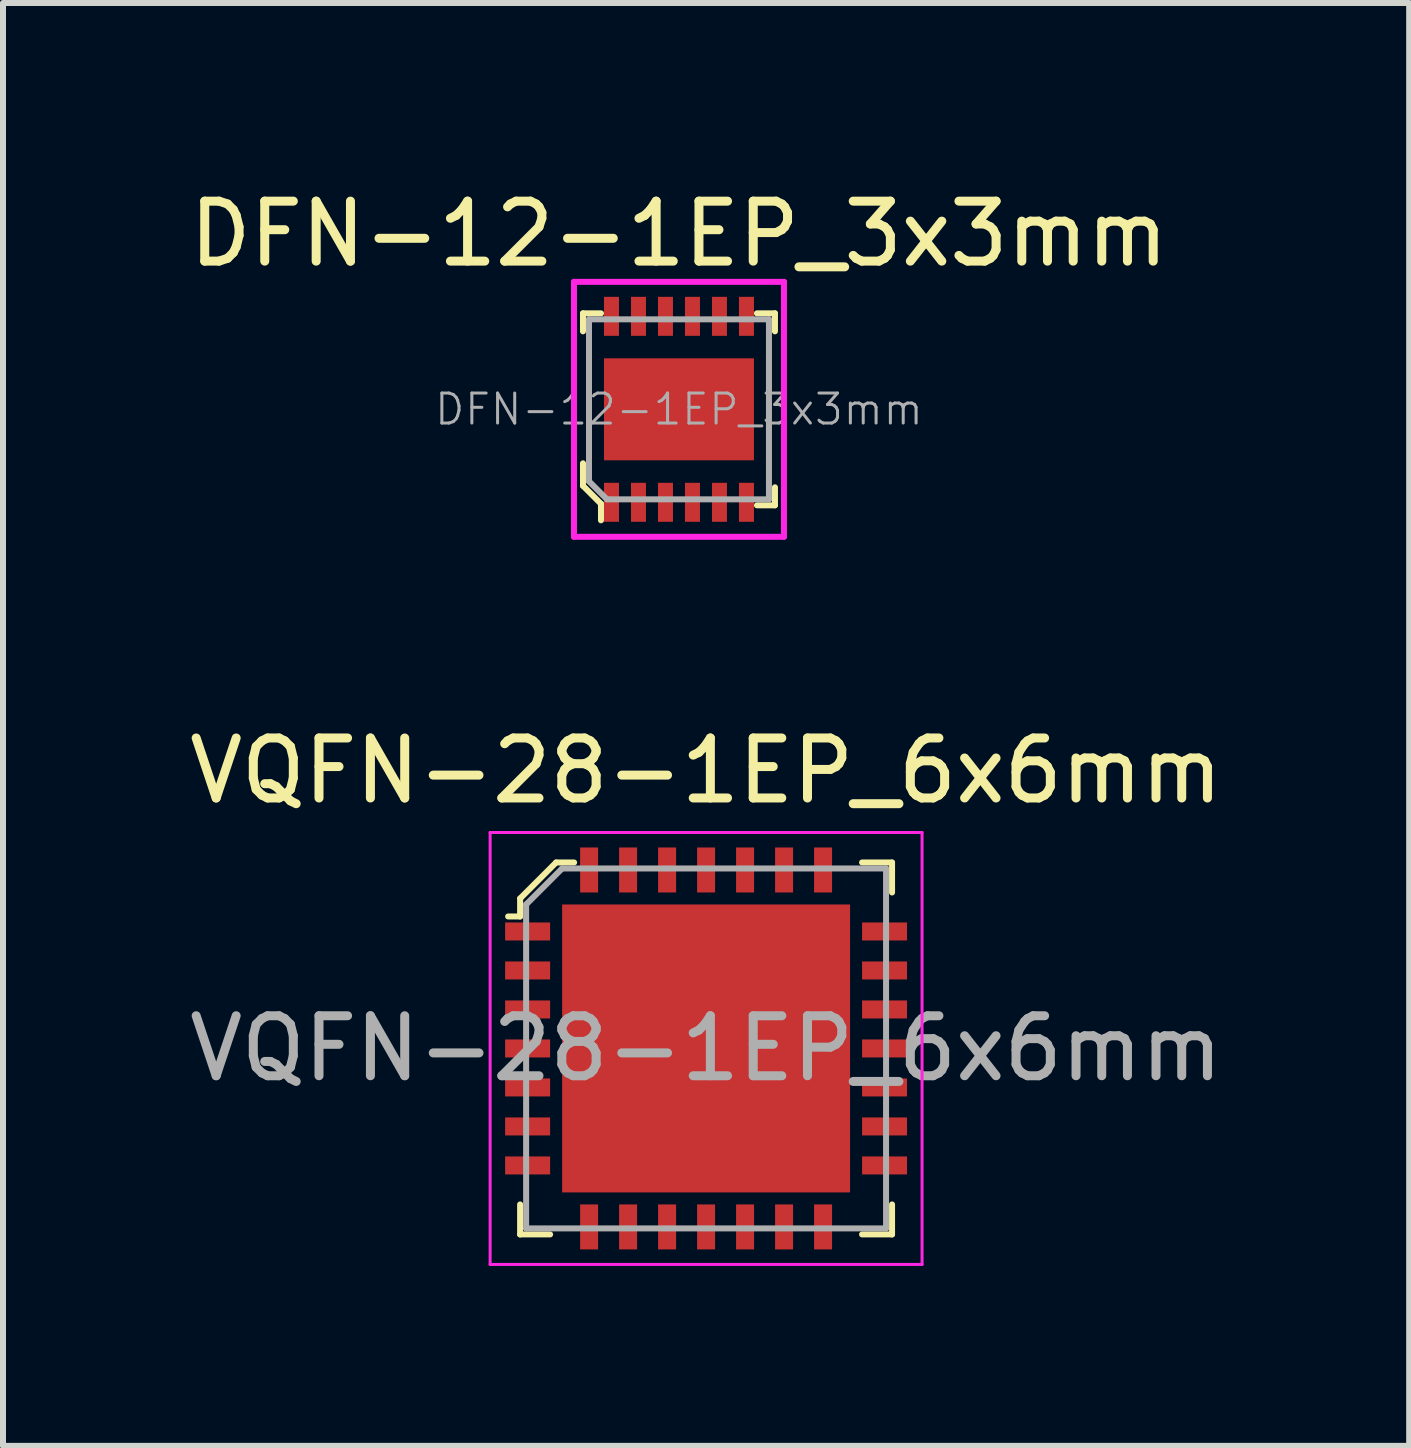
<source format=kicad_pcb>
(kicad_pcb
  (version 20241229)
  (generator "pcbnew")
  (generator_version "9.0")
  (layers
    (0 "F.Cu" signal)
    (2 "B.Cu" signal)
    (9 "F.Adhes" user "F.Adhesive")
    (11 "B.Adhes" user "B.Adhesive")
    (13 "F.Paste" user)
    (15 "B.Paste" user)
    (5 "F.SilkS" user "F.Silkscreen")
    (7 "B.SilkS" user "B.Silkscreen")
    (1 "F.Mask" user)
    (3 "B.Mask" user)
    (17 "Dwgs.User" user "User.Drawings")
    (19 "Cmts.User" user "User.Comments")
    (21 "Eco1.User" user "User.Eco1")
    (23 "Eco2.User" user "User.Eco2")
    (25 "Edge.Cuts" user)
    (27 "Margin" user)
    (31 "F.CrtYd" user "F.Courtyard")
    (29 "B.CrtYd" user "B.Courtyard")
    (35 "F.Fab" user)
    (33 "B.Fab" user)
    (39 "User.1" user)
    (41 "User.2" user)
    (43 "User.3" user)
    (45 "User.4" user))
  (footprint "DFN-12-1EP_3x3mm"
    (layer "F.Cu")
    (at 8.268 3.773)
    (property "Reference" "DFN-12-1EP_3x3mm" (at 0 -2.925 0) (layer "F.SilkS") (effects (font (size 1 1) (thickness 0.15))))
    (attr smd)
    (fp_line (start -1.6 -1.6) (end -1.6 -1.3) (stroke (width 0.1) (type solid)) (layer "F.SilkS"))
    (fp_line (start -1.6 -1.6) (end -1.3 -1.6) (stroke (width 0.1) (type solid)) (layer "F.SilkS"))
    (fp_line (start -1.6 0.9) (end -1.6 1.275) (stroke (width 0.1) (type solid)) (layer "F.SilkS"))
    (fp_line (start -1.6 1.275) (end -1.3 1.575) (stroke (width 0.1) (type solid)) (layer "F.SilkS"))
    (fp_line (start -1.3 1.575) (end -1.3 1.85) (stroke (width 0.1) (type solid)) (layer "F.SilkS"))
    (fp_line (start 1.6 -1.6) (end 1.3 -1.6) (stroke (width 0.1) (type solid)) (layer "F.SilkS"))
    (fp_line (start 1.6 -1.6) (end 1.6 -1.3) (stroke (width 0.1) (type solid)) (layer "F.SilkS"))
    (fp_line (start 1.6 1.6) (end 1.3 1.6) (stroke (width 0.1) (type solid)) (layer "F.SilkS"))
    (fp_line (start 1.6 1.6) (end 1.6 1.3) (stroke (width 0.1) (type solid)) (layer "F.SilkS"))
    (fp_line (start -1.75 -2.125) (end 1.75 -2.125) (stroke (width 0.1) (type solid)) (layer "F.CrtYd"))
    (fp_line (start -1.75 2.125) (end -1.75 -2.125) (stroke (width 0.1) (type solid)) (layer "F.CrtYd"))
    (fp_line (start 1.75 -2.125) (end 1.75 2.125) (stroke (width 0.1) (type solid)) (layer "F.CrtYd"))
    (fp_line (start 1.75 2.125) (end -1.75 2.125) (stroke (width 0.1) (type solid)) (layer "F.CrtYd"))
    (fp_line (start -1.5 -1.5) (end 1.5 -1.5) (stroke (width 0.1) (type solid)) (layer "F.Fab"))
    (fp_line (start -1.5 1.2) (end -1.5 -1.5) (stroke (width 0.1) (type solid)) (layer "F.Fab"))
    (fp_line (start -1.5 1.2) (end -1.2 1.5) (stroke (width 0.1) (type solid)) (layer "F.Fab"))
    (fp_line (start -1.2 1.5) (end 1.5 1.5) (stroke (width 0.1) (type solid)) (layer "F.Fab"))
    (fp_line (start 1.5 -1.5) (end 1.5 1.5) (stroke (width 0.1) (type solid)) (layer "F.Fab"))
    (fp_text user "${REFERENCE}" (at 0 0 0) (layer "F.Fab") (effects (font (size 0.5 0.5) (thickness 0.05))))
    (pad "1" smd rect (at -1.125 1.55) (size 0.25 0.65) (layers "F.Cu" "F.Mask" "F.Paste"))
    (pad "2" smd rect (at -0.675 1.55) (size 0.25 0.65) (layers "F.Cu" "F.Mask" "F.Paste"))
    (pad "3" smd rect (at -0.225 1.55) (size 0.25 0.65) (layers "F.Cu" "F.Mask" "F.Paste"))
    (pad "4" smd rect (at 0.225 1.55) (size 0.25 0.65) (layers "F.Cu" "F.Mask" "F.Paste"))
    (pad "5" smd rect (at 0.675 1.55) (size 0.25 0.65) (layers "F.Cu" "F.Mask" "F.Paste"))
    (pad "6" smd rect (at 1.125 1.55) (size 0.25 0.65) (layers "F.Cu" "F.Mask" "F.Paste"))
    (pad "7" smd rect (at 1.125 -1.55) (size 0.25 0.65) (layers "F.Cu" "F.Mask" "F.Paste"))
    (pad "8" smd rect (at 0.675 -1.55) (size 0.25 0.65) (layers "F.Cu" "F.Mask" "F.Paste"))
    (pad "9" smd rect (at 0.225 -1.55) (size 0.25 0.65) (layers "F.Cu" "F.Mask" "F.Paste"))
    (pad "10" smd rect (at -0.225 -1.55) (size 0.25 0.65) (layers "F.Cu" "F.Mask" "F.Paste"))
    (pad "11" smd rect (at -0.675 -1.55) (size 0.25 0.65) (layers "F.Cu" "F.Mask" "F.Paste"))
    (pad "12" smd rect (at -1.125 -1.55) (size 0.25 0.65) (layers "F.Cu" "F.Mask" "F.Paste"))
    (pad "13" smd rect (at 0 0) (size 2.5 1.7) (layers "F.Cu" "F.Mask" "F.Paste")))
  (footprint "VQFN-28-1EP_6x6mm"
    (layer "F.Cu")
    (at 8.72 14.427)
    (property "Reference" "VQFN-28-1EP_6x6mm" (at 0 -4.63 0) (layer "F.SilkS") (effects (font (size 1 1) (thickness 0.15))))
    (attr smd)
    (fp_line (start -3.1 -2.5) (end -3.1 -2.2) (stroke (width 0.1) (type solid)) (layer "F.SilkS"))
    (fp_line (start -3.1 -2.2) (end -3.3 -2.2) (stroke (width 0.1) (type solid)) (layer "F.SilkS"))
    (fp_line (start -3.1 3.1) (end -3.1 2.6) (stroke (width 0.1) (type solid)) (layer "F.SilkS"))
    (fp_line (start -3.1 3.1) (end -2.6 3.1) (stroke (width 0.1) (type solid)) (layer "F.SilkS"))
    (fp_line (start -2.5 -3.1) (end -3.1 -2.5) (stroke (width 0.1) (type solid)) (layer "F.SilkS"))
    (fp_line (start -2.2 -3.1) (end -2.5 -3.1) (stroke (width 0.1) (type solid)) (layer "F.SilkS"))
    (fp_line (start 3.1 -3.1) (end 2.6 -3.1) (stroke (width 0.1) (type solid)) (layer "F.SilkS"))
    (fp_line (start 3.1 -3.1) (end 3.1 -2.6) (stroke (width 0.1) (type solid)) (layer "F.SilkS"))
    (fp_line (start 3.1 3.1) (end 2.6 3.1) (stroke (width 0.1) (type solid)) (layer "F.SilkS"))
    (fp_line (start 3.1 3.1) (end 3.1 2.6) (stroke (width 0.1) (type solid)) (layer "F.SilkS"))
    (fp_line (start -3.6 3.6) (end -3.6 -3.6) (stroke (width 0.05) (type solid)) (layer "F.CrtYd"))
    (fp_line (start 3.6 -3.6) (end -3.6 -3.6) (stroke (width 0.05) (type solid)) (layer "F.CrtYd"))
    (fp_line (start 3.6 3.6) (end -3.6 3.6) (stroke (width 0.05) (type solid)) (layer "F.CrtYd"))
    (fp_line (start 3.6 3.6) (end 3.6 -3.6) (stroke (width 0.05) (type solid)) (layer "F.CrtYd"))
    (fp_line (start -3 -2.4) (end -3 3) (stroke (width 0.1) (type solid)) (layer "F.Fab"))
    (fp_line (start -3 -2.4) (end -2.4 -3) (stroke (width 0.1) (type solid)) (layer "F.Fab"))
    (fp_line (start -3 3) (end 3 3) (stroke (width 0.1) (type solid)) (layer "F.Fab"))
    (fp_line (start -2.4 -3) (end 3 -3) (stroke (width 0.1) (type solid)) (layer "F.Fab"))
    (fp_line (start 3 -3) (end 3 3) (stroke (width 0.1) (type solid)) (layer "F.Fab"))
    (fp_text user "${REFERENCE}" (at 0 0 0) (layer "F.Fab") (effects (font (size 1 1) (thickness 0.15))))
    (pad "1" smd rect (at -2.975 -1.95) (size 0.75 0.3) (layers "F.Cu" "F.Mask" "F.Paste"))
    (pad "2" smd rect (at -2.975 -1.3) (size 0.75 0.3) (layers "F.Cu" "F.Mask" "F.Paste"))
    (pad "3" smd rect (at -2.975 -0.65) (size 0.75 0.3) (layers "F.Cu" "F.Mask" "F.Paste"))
    (pad "4" smd rect (at -2.975 0) (size 0.75 0.3) (layers "F.Cu" "F.Mask" "F.Paste"))
    (pad "5" smd rect (at -2.975 0.65) (size 0.75 0.3) (layers "F.Cu" "F.Mask" "F.Paste"))
    (pad "6" smd rect (at -2.975 1.3) (size 0.75 0.3) (layers "F.Cu" "F.Mask" "F.Paste"))
    (pad "7" smd rect (at -2.975 1.95) (size 0.75 0.3) (layers "F.Cu" "F.Mask" "F.Paste"))
    (pad "8" smd rect (at -1.95 2.975) (size 0.3 0.75) (layers "F.Cu" "F.Mask" "F.Paste"))
    (pad "9" smd rect (at -1.3 2.975) (size 0.3 0.75) (layers "F.Cu" "F.Mask" "F.Paste"))
    (pad "10" smd rect (at -0.65 2.975) (size 0.3 0.75) (layers "F.Cu" "F.Mask" "F.Paste"))
    (pad "11" smd rect (at 0 2.975) (size 0.3 0.75) (layers "F.Cu" "F.Mask" "F.Paste"))
    (pad "12" smd rect (at 0.65 2.975) (size 0.3 0.75) (layers "F.Cu" "F.Mask" "F.Paste"))
    (pad "13" smd rect (at 1.3 2.975) (size 0.3 0.75) (layers "F.Cu" "F.Mask" "F.Paste"))
    (pad "14" smd rect (at 1.95 2.975) (size 0.3 0.75) (layers "F.Cu" "F.Mask" "F.Paste"))
    (pad "15" smd rect (at 2.975 1.95) (size 0.75 0.3) (layers "F.Cu" "F.Mask" "F.Paste"))
    (pad "16" smd rect (at 2.975 1.3) (size 0.75 0.3) (layers "F.Cu" "F.Mask" "F.Paste"))
    (pad "17" smd rect (at 2.975 0.65) (size 0.75 0.3) (layers "F.Cu" "F.Mask" "F.Paste"))
    (pad "18" smd rect (at 2.975 0) (size 0.75 0.3) (layers "F.Cu" "F.Mask" "F.Paste"))
    (pad "19" smd rect (at 2.975 -0.65) (size 0.75 0.3) (layers "F.Cu" "F.Mask" "F.Paste"))
    (pad "20" smd rect (at 2.975 -1.3) (size 0.75 0.3) (layers "F.Cu" "F.Mask" "F.Paste"))
    (pad "21" smd rect (at 2.975 -1.95) (size 0.75 0.3) (layers "F.Cu" "F.Mask" "F.Paste"))
    (pad "22" smd rect (at 1.95 -2.975) (size 0.3 0.75) (layers "F.Cu" "F.Mask" "F.Paste"))
    (pad "23" smd rect (at 1.3 -2.975) (size 0.3 0.75) (layers "F.Cu" "F.Mask" "F.Paste"))
    (pad "24" smd rect (at 0.65 -2.975) (size 0.3 0.75) (layers "F.Cu" "F.Mask" "F.Paste"))
    (pad "25" smd rect (at 0 -2.975) (size 0.3 0.75) (layers "F.Cu" "F.Mask" "F.Paste"))
    (pad "26" smd rect (at -0.65 -2.975) (size 0.3 0.75) (layers "F.Cu" "F.Mask" "F.Paste"))
    (pad "27" smd rect (at -1.3 -2.975) (size 0.3 0.75) (layers "F.Cu" "F.Mask" "F.Paste"))
    (pad "28" smd rect (at -1.95 -2.975) (size 0.3 0.75) (layers "F.Cu" "F.Mask" "F.Paste"))
    (pad "29" smd rect (at 0 0) (size 4.8 4.8) (layers "F.Cu" "F.Mask" "F.Paste")))
  (gr_rect
    (start -3 -3)
    (end 20.44 21.052)
    (stroke (width 0.1) (type default))
    (fill no)
    (layer "Edge.Cuts")))
</source>
